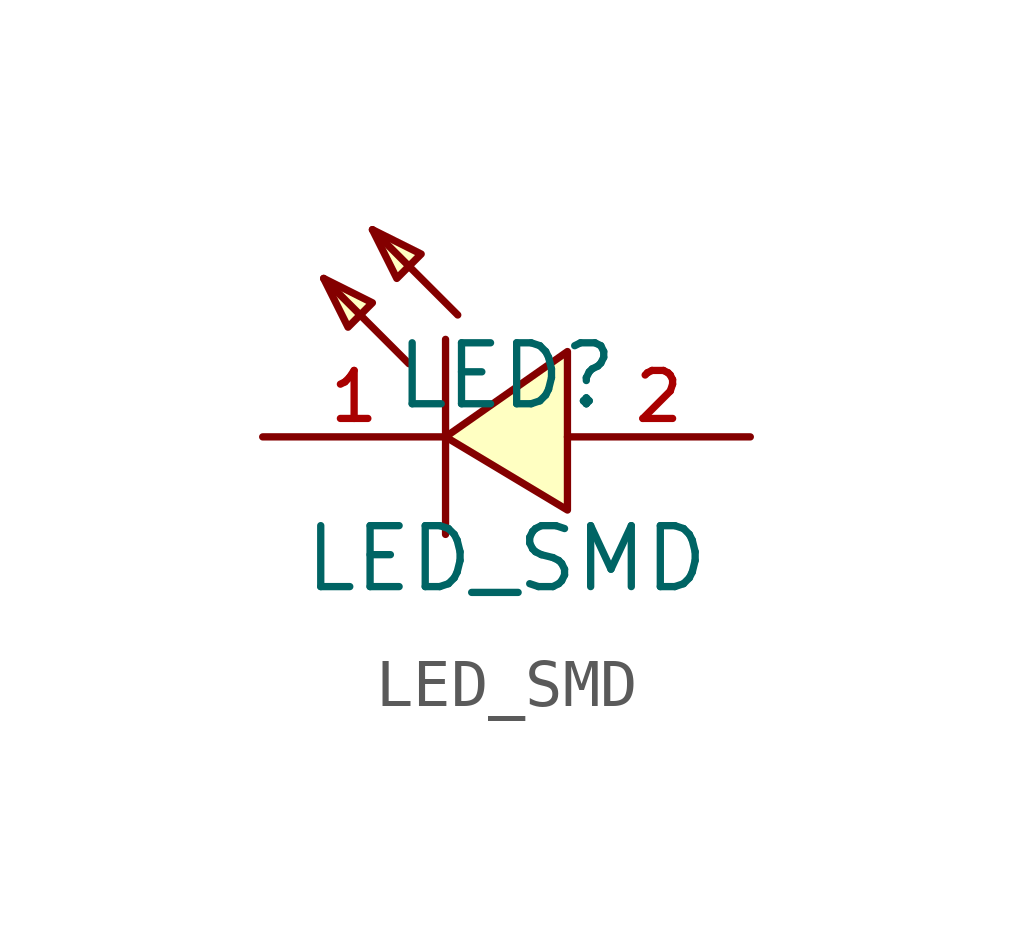
<source format=kicad_sym>
(kicad_symbol_lib
  (version 20220914)
  (generator kicad_symbol_editor)
  (symbol "LED_SMD"
    (pin_names hide)
    (property "Reference" "LED"
      (at 0 1.27 0)
      (effects (font (size 1.27 1.27))))
    (property "Value" "LED_SMD"
      (at 0 -2.54 0)
      (effects (font (size 1.27 1.27))))
    (symbol "LED_SMD_0_1"
      (polyline (pts (xy -2.032 1.524) (xy -3.81 3.302)) (stroke (width 0) (type default)) (fill (type none)))
      (polyline (pts (xy -1.27 2.032) (xy -1.27 -2.032)) (stroke (width 0) (type default)) (fill (type none)))
      (polyline (pts (xy -1.016 2.54) (xy -2.794 4.318)) (stroke (width 0) (type default)) (fill (type none)))
      (polyline (pts (xy -3.81 3.302) (xy -2.794 2.794) (xy -3.302 2.286) (xy -3.81 3.302)) (stroke (width 0) (type default)) (fill (type background)))
      (polyline (pts (xy -2.794 4.318) (xy -1.778 3.81) (xy -2.286 3.302) (xy -2.794 4.318)) (stroke (width 0) (type default)) (fill (type background)))
      (polyline (pts (xy 1.27 -1.524) (xy -1.27 0) (xy 1.27 1.778) (xy 1.27 -1.524)) (stroke (width 0) (type default)) (fill (type background)))
      (pin unspecified line (at -5.08 0 0) (length 3.81) (name "K" (effects (font (size 1 1)))) (number "1" (effects (font (size 1 1)))))
      (pin unspecified line (at 5.08 0 180) (length 3.81) (name "A" (effects (font (size 1 1)))) (number "2" (effects (font (size 1 1))))))))
</source>
